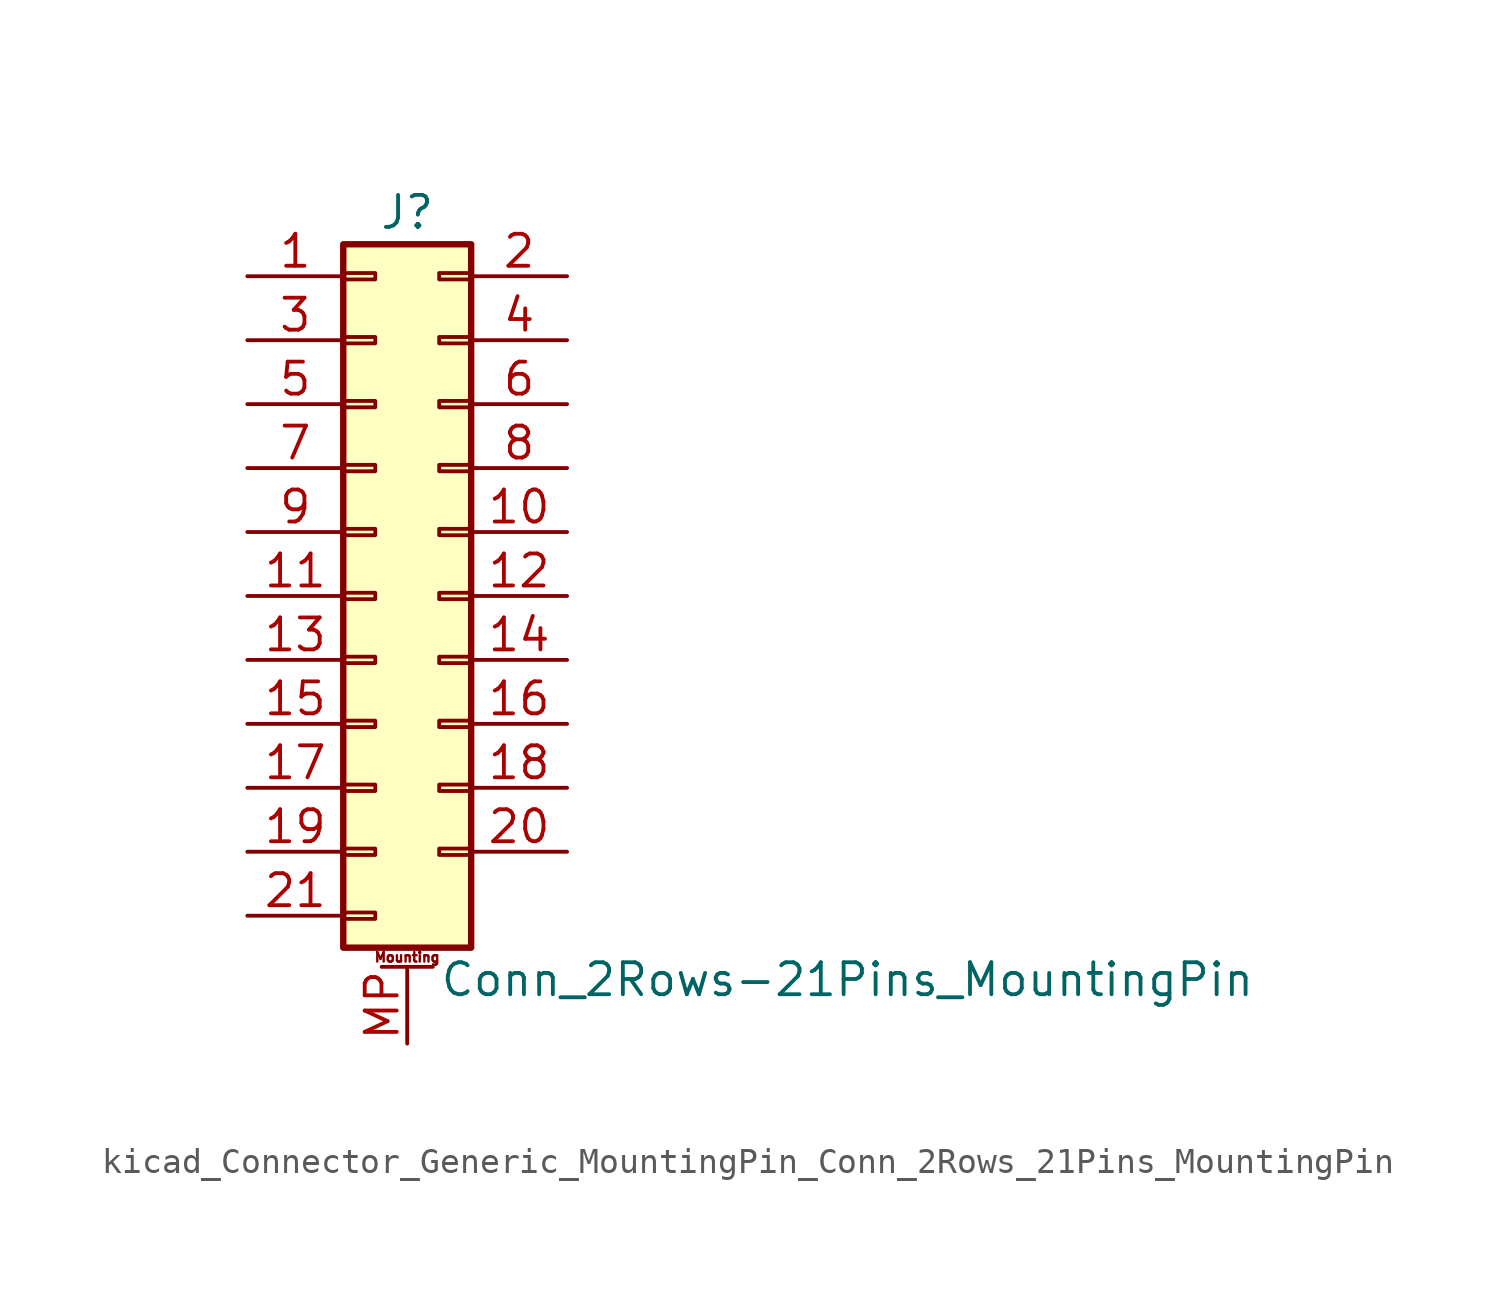
<source format=kicad_sym>
(kicad_symbol_lib
  (version 20220914)
  (generator kicad_symbol_editor)
  (symbol "kicad_Connector_Generic_MountingPin_Conn_2Rows_21Pins_MountingPin"
    (pin_names
      (offset 1.016) hide)
    (property "Reference" "J"
      (at 1.27 15.24 0)
      (effects (font (size 1.27 1.27))))
    (property "Value" "Conn_2Rows-21Pins_MountingPin"
      (at 2.54 -15.24 0)
      (effects (font (size 1.27 1.27)) (justify left)))
    (symbol "kicad_Connector_Generic_MountingPin_Conn_2Rows_21Pins_MountingPin_1_1"
      (rectangle (start -1.27 -12.573) (end 0 -12.827) (stroke (width 0.152) (type default)) (fill (type none)))
      (rectangle (start -1.27 -10.033) (end 0 -10.287) (stroke (width 0.152) (type default)) (fill (type none)))
      (rectangle (start -1.27 -7.493) (end 0 -7.747) (stroke (width 0.152) (type default)) (fill (type none)))
      (rectangle (start -1.27 -4.953) (end 0 -5.207) (stroke (width 0.152) (type default)) (fill (type none)))
      (rectangle (start -1.27 -2.413) (end 0 -2.667) (stroke (width 0.152) (type default)) (fill (type none)))
      (rectangle (start -1.27 0.127) (end 0 -0.127) (stroke (width 0.152) (type default)) (fill (type none)))
      (rectangle (start -1.27 2.667) (end 0 2.413) (stroke (width 0.152) (type default)) (fill (type none)))
      (rectangle (start -1.27 5.207) (end 0 4.953) (stroke (width 0.152) (type default)) (fill (type none)))
      (rectangle (start -1.27 7.747) (end 0 7.493) (stroke (width 0.152) (type default)) (fill (type none)))
      (rectangle (start -1.27 10.287) (end 0 10.033) (stroke (width 0.152) (type default)) (fill (type none)))
      (rectangle (start -1.27 12.827) (end 0 12.573) (stroke (width 0.152) (type default)) (fill (type none)))
      (rectangle (start -1.27 13.97) (end 3.81 -13.97) (stroke (width 0.254) (type default)) (fill (type background)))
      (polyline (pts (xy 0.254 -14.732) (xy 2.286 -14.732)) (stroke (width 0.152) (type default)) (fill (type none)))
      (rectangle (start 3.81 -10.033) (end 2.54 -10.287) (stroke (width 0.152) (type default)) (fill (type none)))
      (rectangle (start 3.81 -7.493) (end 2.54 -7.747) (stroke (width 0.152) (type default)) (fill (type none)))
      (rectangle (start 3.81 -4.953) (end 2.54 -5.207) (stroke (width 0.152) (type default)) (fill (type none)))
      (rectangle (start 3.81 -2.413) (end 2.54 -2.667) (stroke (width 0.152) (type default)) (fill (type none)))
      (rectangle (start 3.81 0.127) (end 2.54 -0.127) (stroke (width 0.152) (type default)) (fill (type none)))
      (rectangle (start 3.81 2.667) (end 2.54 2.413) (stroke (width 0.152) (type default)) (fill (type none)))
      (rectangle (start 3.81 5.207) (end 2.54 4.953) (stroke (width 0.152) (type default)) (fill (type none)))
      (rectangle (start 3.81 7.747) (end 2.54 7.493) (stroke (width 0.152) (type default)) (fill (type none)))
      (rectangle (start 3.81 10.287) (end 2.54 10.033) (stroke (width 0.152) (type default)) (fill (type none)))
      (rectangle (start 3.81 12.827) (end 2.54 12.573) (stroke (width 0.152) (type default)) (fill (type none)))
      (text "Mounting" (at 1.27 -14.351 0) (effects (font (size 0.381 0.381))))
      (pin passive line (at -5.08 12.7 0) (length 3.81) (name "Pin_1" (effects (font (size 1.27 1.27)))) (number "1" (effects (font (size 1.27 1.27)))))
      (pin passive line (at 7.62 2.54 180) (length 3.81) (name "Pin_10" (effects (font (size 1.27 1.27)))) (number "10" (effects (font (size 1.27 1.27)))))
      (pin passive line (at -5.08 0 0) (length 3.81) (name "Pin_11" (effects (font (size 1.27 1.27)))) (number "11" (effects (font (size 1.27 1.27)))))
      (pin passive line (at 7.62 0 180) (length 3.81) (name "Pin_12" (effects (font (size 1.27 1.27)))) (number "12" (effects (font (size 1.27 1.27)))))
      (pin passive line (at -5.08 -2.54 0) (length 3.81) (name "Pin_13" (effects (font (size 1.27 1.27)))) (number "13" (effects (font (size 1.27 1.27)))))
      (pin passive line (at 7.62 -2.54 180) (length 3.81) (name "Pin_14" (effects (font (size 1.27 1.27)))) (number "14" (effects (font (size 1.27 1.27)))))
      (pin passive line (at -5.08 -5.08 0) (length 3.81) (name "Pin_15" (effects (font (size 1.27 1.27)))) (number "15" (effects (font (size 1.27 1.27)))))
      (pin passive line (at 7.62 -5.08 180) (length 3.81) (name "Pin_16" (effects (font (size 1.27 1.27)))) (number "16" (effects (font (size 1.27 1.27)))))
      (pin passive line (at -5.08 -7.62 0) (length 3.81) (name "Pin_17" (effects (font (size 1.27 1.27)))) (number "17" (effects (font (size 1.27 1.27)))))
      (pin passive line (at 7.62 -7.62 180) (length 3.81) (name "Pin_18" (effects (font (size 1.27 1.27)))) (number "18" (effects (font (size 1.27 1.27)))))
      (pin passive line (at -5.08 -10.16 0) (length 3.81) (name "Pin_19" (effects (font (size 1.27 1.27)))) (number "19" (effects (font (size 1.27 1.27)))))
      (pin passive line (at 7.62 12.7 180) (length 3.81) (name "Pin_2" (effects (font (size 1.27 1.27)))) (number "2" (effects (font (size 1.27 1.27)))))
      (pin passive line (at 7.62 -10.16 180) (length 3.81) (name "Pin_20" (effects (font (size 1.27 1.27)))) (number "20" (effects (font (size 1.27 1.27)))))
      (pin passive line (at -5.08 -12.7 0) (length 3.81) (name "Pin_21" (effects (font (size 1.27 1.27)))) (number "21" (effects (font (size 1.27 1.27)))))
      (pin passive line (at -5.08 10.16 0) (length 3.81) (name "Pin_3" (effects (font (size 1.27 1.27)))) (number "3" (effects (font (size 1.27 1.27)))))
      (pin passive line (at 7.62 10.16 180) (length 3.81) (name "Pin_4" (effects (font (size 1.27 1.27)))) (number "4" (effects (font (size 1.27 1.27)))))
      (pin passive line (at -5.08 7.62 0) (length 3.81) (name "Pin_5" (effects (font (size 1.27 1.27)))) (number "5" (effects (font (size 1.27 1.27)))))
      (pin passive line (at 7.62 7.62 180) (length 3.81) (name "Pin_6" (effects (font (size 1.27 1.27)))) (number "6" (effects (font (size 1.27 1.27)))))
      (pin passive line (at -5.08 5.08 0) (length 3.81) (name "Pin_7" (effects (font (size 1.27 1.27)))) (number "7" (effects (font (size 1.27 1.27)))))
      (pin passive line (at 7.62 5.08 180) (length 3.81) (name "Pin_8" (effects (font (size 1.27 1.27)))) (number "8" (effects (font (size 1.27 1.27)))))
      (pin passive line (at -5.08 2.54 0) (length 3.81) (name "Pin_9" (effects (font (size 1.27 1.27)))) (number "9" (effects (font (size 1.27 1.27)))))
      (pin passive line (at 1.27 -17.78 90) (length 3.048) (name "MountPin" (effects (font (size 1.27 1.27)))) (number "MP" (effects (font (size 1.27 1.27))))))))
</source>
